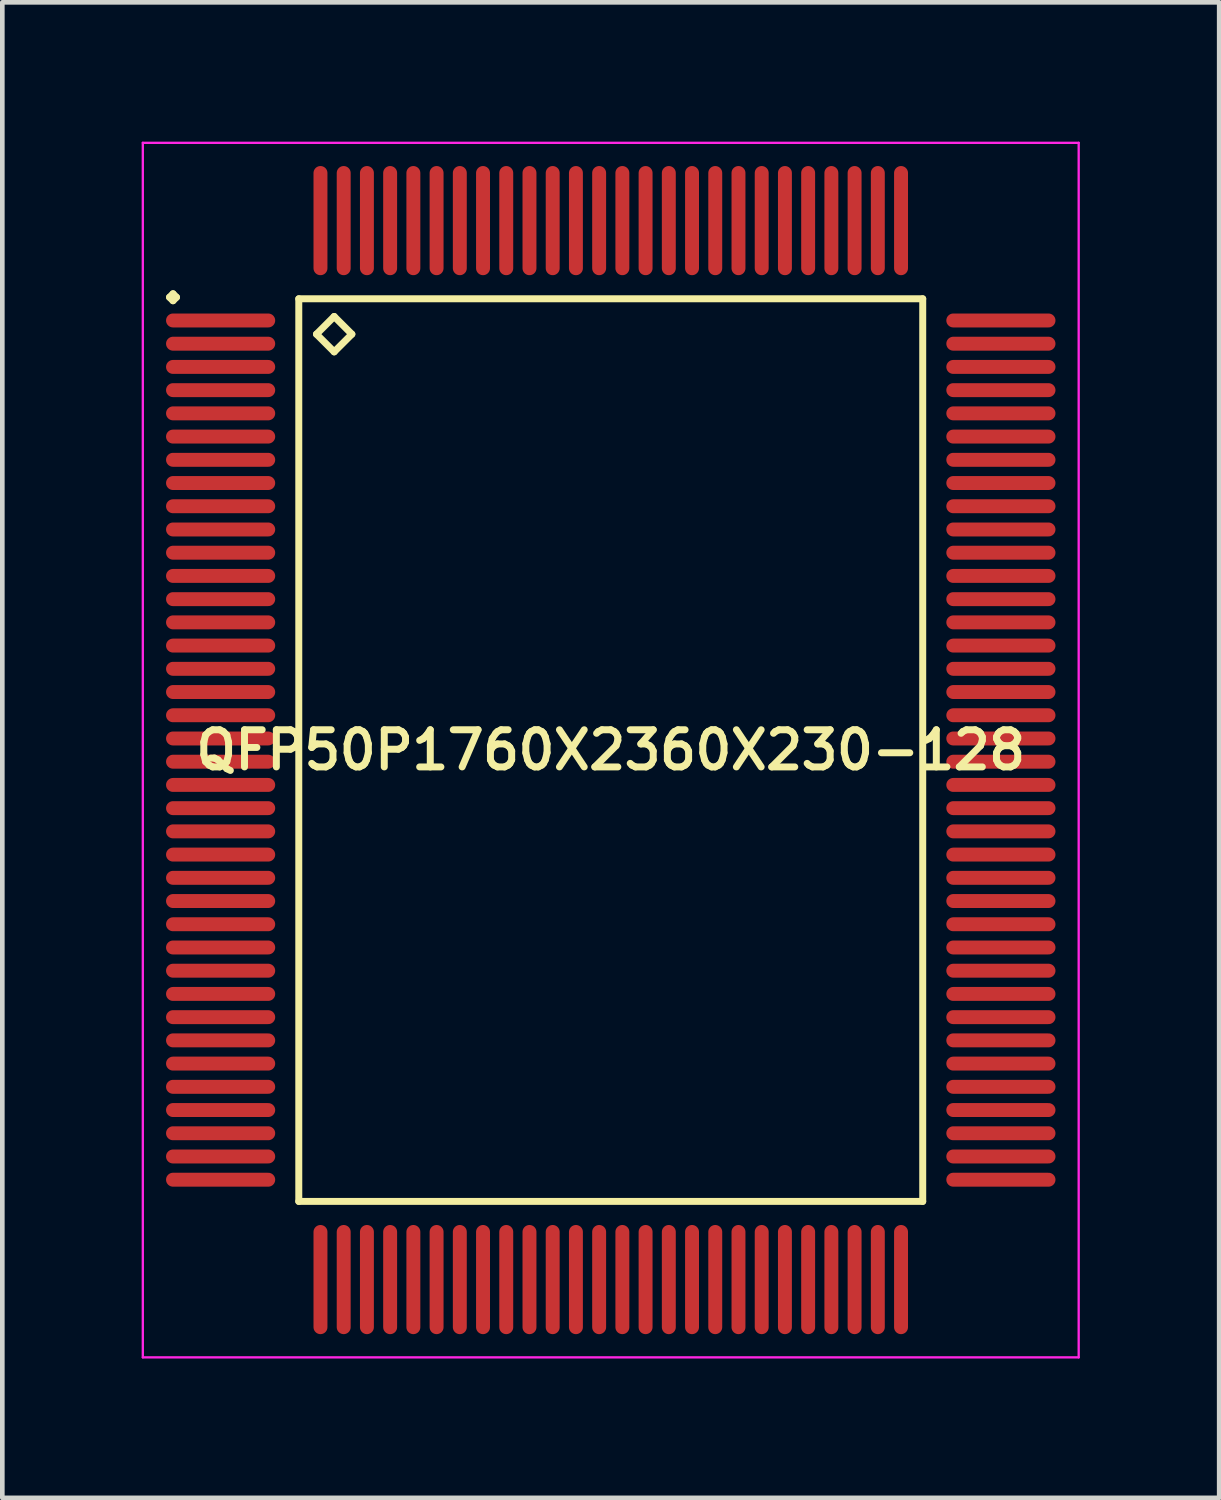
<source format=kicad_pcb>
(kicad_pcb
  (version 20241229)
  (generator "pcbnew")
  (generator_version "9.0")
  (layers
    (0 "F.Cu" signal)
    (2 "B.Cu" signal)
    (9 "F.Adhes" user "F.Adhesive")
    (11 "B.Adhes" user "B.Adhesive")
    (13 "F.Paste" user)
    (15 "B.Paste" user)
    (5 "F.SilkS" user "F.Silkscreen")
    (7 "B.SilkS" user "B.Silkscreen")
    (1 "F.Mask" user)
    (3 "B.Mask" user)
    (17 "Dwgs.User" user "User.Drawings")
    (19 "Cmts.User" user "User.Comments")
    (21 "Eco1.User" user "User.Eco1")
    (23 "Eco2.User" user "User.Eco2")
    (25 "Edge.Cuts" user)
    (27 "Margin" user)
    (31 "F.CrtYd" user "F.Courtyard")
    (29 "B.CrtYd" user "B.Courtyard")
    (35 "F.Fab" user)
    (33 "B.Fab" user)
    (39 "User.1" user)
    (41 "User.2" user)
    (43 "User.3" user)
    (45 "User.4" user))
  (footprint "QFP50P1760X2360X230-128"
    (layer "F.Cu")
    (at 10.1 13.1)
    (property "Reference" "QFP50P1760X2360X230-128" (at 0 0 0) (layer "F.SilkS") (effects (font (size 0.8 0.8) (thickness 0.15))))
    (attr smd)
    (fp_line (start -9.5 -9.75) (end -9.425 -9.825) (stroke (width 0.15) (type solid)) (layer "F.SilkS"))
    (fp_line (start -9.425 -9.825) (end -9.35 -9.75) (stroke (width 0.15) (type solid)) (layer "F.SilkS"))
    (fp_line (start -9.425 -9.675) (end -9.5 -9.75) (stroke (width 0.15) (type solid)) (layer "F.SilkS"))
    (fp_line (start -9.35 -9.75) (end -9.425 -9.675) (stroke (width 0.15) (type solid)) (layer "F.SilkS"))
    (fp_line (start -6.717 -9.717) (end -6.717 9.717) (stroke (width 0.15) (type solid)) (layer "F.SilkS"))
    (fp_line (start -6.717 9.717) (end 6.717 9.717) (stroke (width 0.15) (type solid)) (layer "F.SilkS"))
    (fp_line (start -6.336 -8.955) (end -5.955 -9.336) (stroke (width 0.15) (type solid)) (layer "F.SilkS"))
    (fp_line (start -5.955 -9.336) (end -5.574 -8.955) (stroke (width 0.15) (type solid)) (layer "F.SilkS"))
    (fp_line (start -5.955 -8.574) (end -6.336 -8.955) (stroke (width 0.15) (type solid)) (layer "F.SilkS"))
    (fp_line (start -5.574 -8.955) (end -5.955 -8.574) (stroke (width 0.15) (type solid)) (layer "F.SilkS"))
    (fp_line (start 6.717 -9.717) (end -6.717 -9.717) (stroke (width 0.15) (type solid)) (layer "F.SilkS"))
    (fp_line (start 6.717 9.717) (end 6.717 -9.717) (stroke (width 0.15) (type solid)) (layer "F.SilkS"))
    (fp_line (start -10.075 -13.075) (end 10.075 -13.075) (stroke (width 0.05) (type solid)) (layer "F.CrtYd"))
    (fp_line (start -10.075 13.075) (end -10.075 -13.075) (stroke (width 0.05) (type solid)) (layer "F.CrtYd"))
    (fp_line (start 10.075 -13.075) (end 10.075 13.075) (stroke (width 0.05) (type solid)) (layer "F.CrtYd"))
    (fp_line (start 10.075 13.075) (end -10.075 13.075) (stroke (width 0.05) (type solid)) (layer "F.CrtYd"))
    (pad "1" smd oval (at -8.4 -9.25) (size 2.35 0.3) (layers "F.Cu" "F.Mask" "F.Paste"))
    (pad "2" smd oval (at -8.4 -8.75) (size 2.35 0.3) (layers "F.Cu" "F.Mask" "F.Paste"))
    (pad "3" smd oval (at -8.4 -8.25) (size 2.35 0.3) (layers "F.Cu" "F.Mask" "F.Paste"))
    (pad "4" smd oval (at -8.4 -7.75) (size 2.35 0.3) (layers "F.Cu" "F.Mask" "F.Paste"))
    (pad "5" smd oval (at -8.4 -7.25) (size 2.35 0.3) (layers "F.Cu" "F.Mask" "F.Paste"))
    (pad "6" smd oval (at -8.4 -6.75) (size 2.35 0.3) (layers "F.Cu" "F.Mask" "F.Paste"))
    (pad "7" smd oval (at -8.4 -6.25) (size 2.35 0.3) (layers "F.Cu" "F.Mask" "F.Paste"))
    (pad "8" smd oval (at -8.4 -5.75) (size 2.35 0.3) (layers "F.Cu" "F.Mask" "F.Paste"))
    (pad "9" smd oval (at -8.4 -5.25) (size 2.35 0.3) (layers "F.Cu" "F.Mask" "F.Paste"))
    (pad "10" smd oval (at -8.4 -4.75) (size 2.35 0.3) (layers "F.Cu" "F.Mask" "F.Paste"))
    (pad "11" smd oval (at -8.4 -4.25) (size 2.35 0.3) (layers "F.Cu" "F.Mask" "F.Paste"))
    (pad "12" smd oval (at -8.4 -3.75) (size 2.35 0.3) (layers "F.Cu" "F.Mask" "F.Paste"))
    (pad "13" smd oval (at -8.4 -3.25) (size 2.35 0.3) (layers "F.Cu" "F.Mask" "F.Paste"))
    (pad "14" smd oval (at -8.4 -2.75) (size 2.35 0.3) (layers "F.Cu" "F.Mask" "F.Paste"))
    (pad "15" smd oval (at -8.4 -2.25) (size 2.35 0.3) (layers "F.Cu" "F.Mask" "F.Paste"))
    (pad "16" smd oval (at -8.4 -1.75) (size 2.35 0.3) (layers "F.Cu" "F.Mask" "F.Paste"))
    (pad "17" smd oval (at -8.4 -1.25) (size 2.35 0.3) (layers "F.Cu" "F.Mask" "F.Paste"))
    (pad "18" smd oval (at -8.4 -0.75) (size 2.35 0.3) (layers "F.Cu" "F.Mask" "F.Paste"))
    (pad "19" smd oval (at -8.4 -0.25) (size 2.35 0.3) (layers "F.Cu" "F.Mask" "F.Paste"))
    (pad "20" smd oval (at -8.4 0.25) (size 2.35 0.3) (layers "F.Cu" "F.Mask" "F.Paste"))
    (pad "21" smd oval (at -8.4 0.75) (size 2.35 0.3) (layers "F.Cu" "F.Mask" "F.Paste"))
    (pad "22" smd oval (at -8.4 1.25) (size 2.35 0.3) (layers "F.Cu" "F.Mask" "F.Paste"))
    (pad "23" smd oval (at -8.4 1.75) (size 2.35 0.3) (layers "F.Cu" "F.Mask" "F.Paste"))
    (pad "24" smd oval (at -8.4 2.25) (size 2.35 0.3) (layers "F.Cu" "F.Mask" "F.Paste"))
    (pad "25" smd oval (at -8.4 2.75) (size 2.35 0.3) (layers "F.Cu" "F.Mask" "F.Paste"))
    (pad "26" smd oval (at -8.4 3.25) (size 2.35 0.3) (layers "F.Cu" "F.Mask" "F.Paste"))
    (pad "27" smd oval (at -8.4 3.75) (size 2.35 0.3) (layers "F.Cu" "F.Mask" "F.Paste"))
    (pad "28" smd oval (at -8.4 4.25) (size 2.35 0.3) (layers "F.Cu" "F.Mask" "F.Paste"))
    (pad "29" smd oval (at -8.4 4.75) (size 2.35 0.3) (layers "F.Cu" "F.Mask" "F.Paste"))
    (pad "30" smd oval (at -8.4 5.25) (size 2.35 0.3) (layers "F.Cu" "F.Mask" "F.Paste"))
    (pad "31" smd oval (at -8.4 5.75) (size 2.35 0.3) (layers "F.Cu" "F.Mask" "F.Paste"))
    (pad "32" smd oval (at -8.4 6.25) (size 2.35 0.3) (layers "F.Cu" "F.Mask" "F.Paste"))
    (pad "33" smd oval (at -8.4 6.75) (size 2.35 0.3) (layers "F.Cu" "F.Mask" "F.Paste"))
    (pad "34" smd oval (at -8.4 7.25) (size 2.35 0.3) (layers "F.Cu" "F.Mask" "F.Paste"))
    (pad "35" smd oval (at -8.4 7.75) (size 2.35 0.3) (layers "F.Cu" "F.Mask" "F.Paste"))
    (pad "36" smd oval (at -8.4 8.25) (size 2.35 0.3) (layers "F.Cu" "F.Mask" "F.Paste"))
    (pad "37" smd oval (at -8.4 8.75) (size 2.35 0.3) (layers "F.Cu" "F.Mask" "F.Paste"))
    (pad "38" smd oval (at -8.4 9.25) (size 2.35 0.3) (layers "F.Cu" "F.Mask" "F.Paste"))
    (pad "39" smd oval (at -6.25 11.4) (size 0.3 2.35) (layers "F.Cu" "F.Mask" "F.Paste"))
    (pad "40" smd oval (at -5.75 11.4) (size 0.3 2.35) (layers "F.Cu" "F.Mask" "F.Paste"))
    (pad "41" smd oval (at -5.25 11.4) (size 0.3 2.35) (layers "F.Cu" "F.Mask" "F.Paste"))
    (pad "42" smd oval (at -4.75 11.4) (size 0.3 2.35) (layers "F.Cu" "F.Mask" "F.Paste"))
    (pad "43" smd oval (at -4.25 11.4) (size 0.3 2.35) (layers "F.Cu" "F.Mask" "F.Paste"))
    (pad "44" smd oval (at -3.75 11.4) (size 0.3 2.35) (layers "F.Cu" "F.Mask" "F.Paste"))
    (pad "45" smd oval (at -3.25 11.4) (size 0.3 2.35) (layers "F.Cu" "F.Mask" "F.Paste"))
    (pad "46" smd oval (at -2.75 11.4) (size 0.3 2.35) (layers "F.Cu" "F.Mask" "F.Paste"))
    (pad "47" smd oval (at -2.25 11.4) (size 0.3 2.35) (layers "F.Cu" "F.Mask" "F.Paste"))
    (pad "48" smd oval (at -1.75 11.4) (size 0.3 2.35) (layers "F.Cu" "F.Mask" "F.Paste"))
    (pad "49" smd oval (at -1.25 11.4) (size 0.3 2.35) (layers "F.Cu" "F.Mask" "F.Paste"))
    (pad "50" smd oval (at -0.75 11.4) (size 0.3 2.35) (layers "F.Cu" "F.Mask" "F.Paste"))
    (pad "51" smd oval (at -0.25 11.4) (size 0.3 2.35) (layers "F.Cu" "F.Mask" "F.Paste"))
    (pad "52" smd oval (at 0.25 11.4) (size 0.3 2.35) (layers "F.Cu" "F.Mask" "F.Paste"))
    (pad "53" smd oval (at 0.75 11.4) (size 0.3 2.35) (layers "F.Cu" "F.Mask" "F.Paste"))
    (pad "54" smd oval (at 1.25 11.4) (size 0.3 2.35) (layers "F.Cu" "F.Mask" "F.Paste"))
    (pad "55" smd oval (at 1.75 11.4) (size 0.3 2.35) (layers "F.Cu" "F.Mask" "F.Paste"))
    (pad "56" smd oval (at 2.25 11.4) (size 0.3 2.35) (layers "F.Cu" "F.Mask" "F.Paste"))
    (pad "57" smd oval (at 2.75 11.4) (size 0.3 2.35) (layers "F.Cu" "F.Mask" "F.Paste"))
    (pad "58" smd oval (at 3.25 11.4) (size 0.3 2.35) (layers "F.Cu" "F.Mask" "F.Paste"))
    (pad "59" smd oval (at 3.75 11.4) (size 0.3 2.35) (layers "F.Cu" "F.Mask" "F.Paste"))
    (pad "60" smd oval (at 4.25 11.4) (size 0.3 2.35) (layers "F.Cu" "F.Mask" "F.Paste"))
    (pad "61" smd oval (at 4.75 11.4) (size 0.3 2.35) (layers "F.Cu" "F.Mask" "F.Paste"))
    (pad "62" smd oval (at 5.25 11.4) (size 0.3 2.35) (layers "F.Cu" "F.Mask" "F.Paste"))
    (pad "63" smd oval (at 5.75 11.4) (size 0.3 2.35) (layers "F.Cu" "F.Mask" "F.Paste"))
    (pad "64" smd oval (at 6.25 11.4) (size 0.3 2.35) (layers "F.Cu" "F.Mask" "F.Paste"))
    (pad "65" smd oval (at 8.4 9.25) (size 2.35 0.3) (layers "F.Cu" "F.Mask" "F.Paste"))
    (pad "66" smd oval (at 8.4 8.75) (size 2.35 0.3) (layers "F.Cu" "F.Mask" "F.Paste"))
    (pad "67" smd oval (at 8.4 8.25) (size 2.35 0.3) (layers "F.Cu" "F.Mask" "F.Paste"))
    (pad "68" smd oval (at 8.4 7.75) (size 2.35 0.3) (layers "F.Cu" "F.Mask" "F.Paste"))
    (pad "69" smd oval (at 8.4 7.25) (size 2.35 0.3) (layers "F.Cu" "F.Mask" "F.Paste"))
    (pad "70" smd oval (at 8.4 6.75) (size 2.35 0.3) (layers "F.Cu" "F.Mask" "F.Paste"))
    (pad "71" smd oval (at 8.4 6.25) (size 2.35 0.3) (layers "F.Cu" "F.Mask" "F.Paste"))
    (pad "72" smd oval (at 8.4 5.75) (size 2.35 0.3) (layers "F.Cu" "F.Mask" "F.Paste"))
    (pad "73" smd oval (at 8.4 5.25) (size 2.35 0.3) (layers "F.Cu" "F.Mask" "F.Paste"))
    (pad "74" smd oval (at 8.4 4.75) (size 2.35 0.3) (layers "F.Cu" "F.Mask" "F.Paste"))
    (pad "75" smd oval (at 8.4 4.25) (size 2.35 0.3) (layers "F.Cu" "F.Mask" "F.Paste"))
    (pad "76" smd oval (at 8.4 3.75) (size 2.35 0.3) (layers "F.Cu" "F.Mask" "F.Paste"))
    (pad "77" smd oval (at 8.4 3.25) (size 2.35 0.3) (layers "F.Cu" "F.Mask" "F.Paste"))
    (pad "78" smd oval (at 8.4 2.75) (size 2.35 0.3) (layers "F.Cu" "F.Mask" "F.Paste"))
    (pad "79" smd oval (at 8.4 2.25) (size 2.35 0.3) (layers "F.Cu" "F.Mask" "F.Paste"))
    (pad "80" smd oval (at 8.4 1.75) (size 2.35 0.3) (layers "F.Cu" "F.Mask" "F.Paste"))
    (pad "81" smd oval (at 8.4 1.25) (size 2.35 0.3) (layers "F.Cu" "F.Mask" "F.Paste"))
    (pad "82" smd oval (at 8.4 0.75) (size 2.35 0.3) (layers "F.Cu" "F.Mask" "F.Paste"))
    (pad "83" smd oval (at 8.4 0.25) (size 2.35 0.3) (layers "F.Cu" "F.Mask" "F.Paste"))
    (pad "84" smd oval (at 8.4 -0.25) (size 2.35 0.3) (layers "F.Cu" "F.Mask" "F.Paste"))
    (pad "85" smd oval (at 8.4 -0.75) (size 2.35 0.3) (layers "F.Cu" "F.Mask" "F.Paste"))
    (pad "86" smd oval (at 8.4 -1.25) (size 2.35 0.3) (layers "F.Cu" "F.Mask" "F.Paste"))
    (pad "87" smd oval (at 8.4 -1.75) (size 2.35 0.3) (layers "F.Cu" "F.Mask" "F.Paste"))
    (pad "88" smd oval (at 8.4 -2.25) (size 2.35 0.3) (layers "F.Cu" "F.Mask" "F.Paste"))
    (pad "89" smd oval (at 8.4 -2.75) (size 2.35 0.3) (layers "F.Cu" "F.Mask" "F.Paste"))
    (pad "90" smd oval (at 8.4 -3.25) (size 2.35 0.3) (layers "F.Cu" "F.Mask" "F.Paste"))
    (pad "91" smd oval (at 8.4 -3.75) (size 2.35 0.3) (layers "F.Cu" "F.Mask" "F.Paste"))
    (pad "92" smd oval (at 8.4 -4.25) (size 2.35 0.3) (layers "F.Cu" "F.Mask" "F.Paste"))
    (pad "93" smd oval (at 8.4 -4.75) (size 2.35 0.3) (layers "F.Cu" "F.Mask" "F.Paste"))
    (pad "94" smd oval (at 8.4 -5.25) (size 2.35 0.3) (layers "F.Cu" "F.Mask" "F.Paste"))
    (pad "95" smd oval (at 8.4 -5.75) (size 2.35 0.3) (layers "F.Cu" "F.Mask" "F.Paste"))
    (pad "96" smd oval (at 8.4 -6.25) (size 2.35 0.3) (layers "F.Cu" "F.Mask" "F.Paste"))
    (pad "97" smd oval (at 8.4 -6.75) (size 2.35 0.3) (layers "F.Cu" "F.Mask" "F.Paste"))
    (pad "98" smd oval (at 8.4 -7.25) (size 2.35 0.3) (layers "F.Cu" "F.Mask" "F.Paste"))
    (pad "99" smd oval (at 8.4 -7.75) (size 2.35 0.3) (layers "F.Cu" "F.Mask" "F.Paste"))
    (pad "100" smd oval (at 8.4 -8.25) (size 2.35 0.3) (layers "F.Cu" "F.Mask" "F.Paste"))
    (pad "101" smd oval (at 8.4 -8.75) (size 2.35 0.3) (layers "F.Cu" "F.Mask" "F.Paste"))
    (pad "102" smd oval (at 8.4 -9.25) (size 2.35 0.3) (layers "F.Cu" "F.Mask" "F.Paste"))
    (pad "103" smd oval (at 6.25 -11.4) (size 0.3 2.35) (layers "F.Cu" "F.Mask" "F.Paste"))
    (pad "104" smd oval (at 5.75 -11.4) (size 0.3 2.35) (layers "F.Cu" "F.Mask" "F.Paste"))
    (pad "105" smd oval (at 5.25 -11.4) (size 0.3 2.35) (layers "F.Cu" "F.Mask" "F.Paste"))
    (pad "106" smd oval (at 4.75 -11.4) (size 0.3 2.35) (layers "F.Cu" "F.Mask" "F.Paste"))
    (pad "107" smd oval (at 4.25 -11.4) (size 0.3 2.35) (layers "F.Cu" "F.Mask" "F.Paste"))
    (pad "108" smd oval (at 3.75 -11.4) (size 0.3 2.35) (layers "F.Cu" "F.Mask" "F.Paste"))
    (pad "109" smd oval (at 3.25 -11.4) (size 0.3 2.35) (layers "F.Cu" "F.Mask" "F.Paste"))
    (pad "110" smd oval (at 2.75 -11.4) (size 0.3 2.35) (layers "F.Cu" "F.Mask" "F.Paste"))
    (pad "111" smd oval (at 2.25 -11.4) (size 0.3 2.35) (layers "F.Cu" "F.Mask" "F.Paste"))
    (pad "112" smd oval (at 1.75 -11.4) (size 0.3 2.35) (layers "F.Cu" "F.Mask" "F.Paste"))
    (pad "113" smd oval (at 1.25 -11.4) (size 0.3 2.35) (layers "F.Cu" "F.Mask" "F.Paste"))
    (pad "114" smd oval (at 0.75 -11.4) (size 0.3 2.35) (layers "F.Cu" "F.Mask" "F.Paste"))
    (pad "115" smd oval (at 0.25 -11.4) (size 0.3 2.35) (layers "F.Cu" "F.Mask" "F.Paste"))
    (pad "116" smd oval (at -0.25 -11.4) (size 0.3 2.35) (layers "F.Cu" "F.Mask" "F.Paste"))
    (pad "117" smd oval (at -0.75 -11.4) (size 0.3 2.35) (layers "F.Cu" "F.Mask" "F.Paste"))
    (pad "118" smd oval (at -1.25 -11.4) (size 0.3 2.35) (layers "F.Cu" "F.Mask" "F.Paste"))
    (pad "119" smd oval (at -1.75 -11.4) (size 0.3 2.35) (layers "F.Cu" "F.Mask" "F.Paste"))
    (pad "120" smd oval (at -2.25 -11.4) (size 0.3 2.35) (layers "F.Cu" "F.Mask" "F.Paste"))
    (pad "121" smd oval (at -2.75 -11.4) (size 0.3 2.35) (layers "F.Cu" "F.Mask" "F.Paste"))
    (pad "122" smd oval (at -3.25 -11.4) (size 0.3 2.35) (layers "F.Cu" "F.Mask" "F.Paste"))
    (pad "123" smd oval (at -3.75 -11.4) (size 0.3 2.35) (layers "F.Cu" "F.Mask" "F.Paste"))
    (pad "124" smd oval (at -4.25 -11.4) (size 0.3 2.35) (layers "F.Cu" "F.Mask" "F.Paste"))
    (pad "125" smd oval (at -4.75 -11.4) (size 0.3 2.35) (layers "F.Cu" "F.Mask" "F.Paste"))
    (pad "126" smd oval (at -5.25 -11.4) (size 0.3 2.35) (layers "F.Cu" "F.Mask" "F.Paste"))
    (pad "127" smd oval (at -5.75 -11.4) (size 0.3 2.35) (layers "F.Cu" "F.Mask" "F.Paste"))
    (pad "128" smd oval (at -6.25 -11.4) (size 0.3 2.35) (layers "F.Cu" "F.Mask" "F.Paste")))
  (gr_rect
    (start -3 -3)
    (end 23.2 29.2)
    (stroke (width 0.1) (type default))
    (fill no)
    (layer "Edge.Cuts")))
</source>
